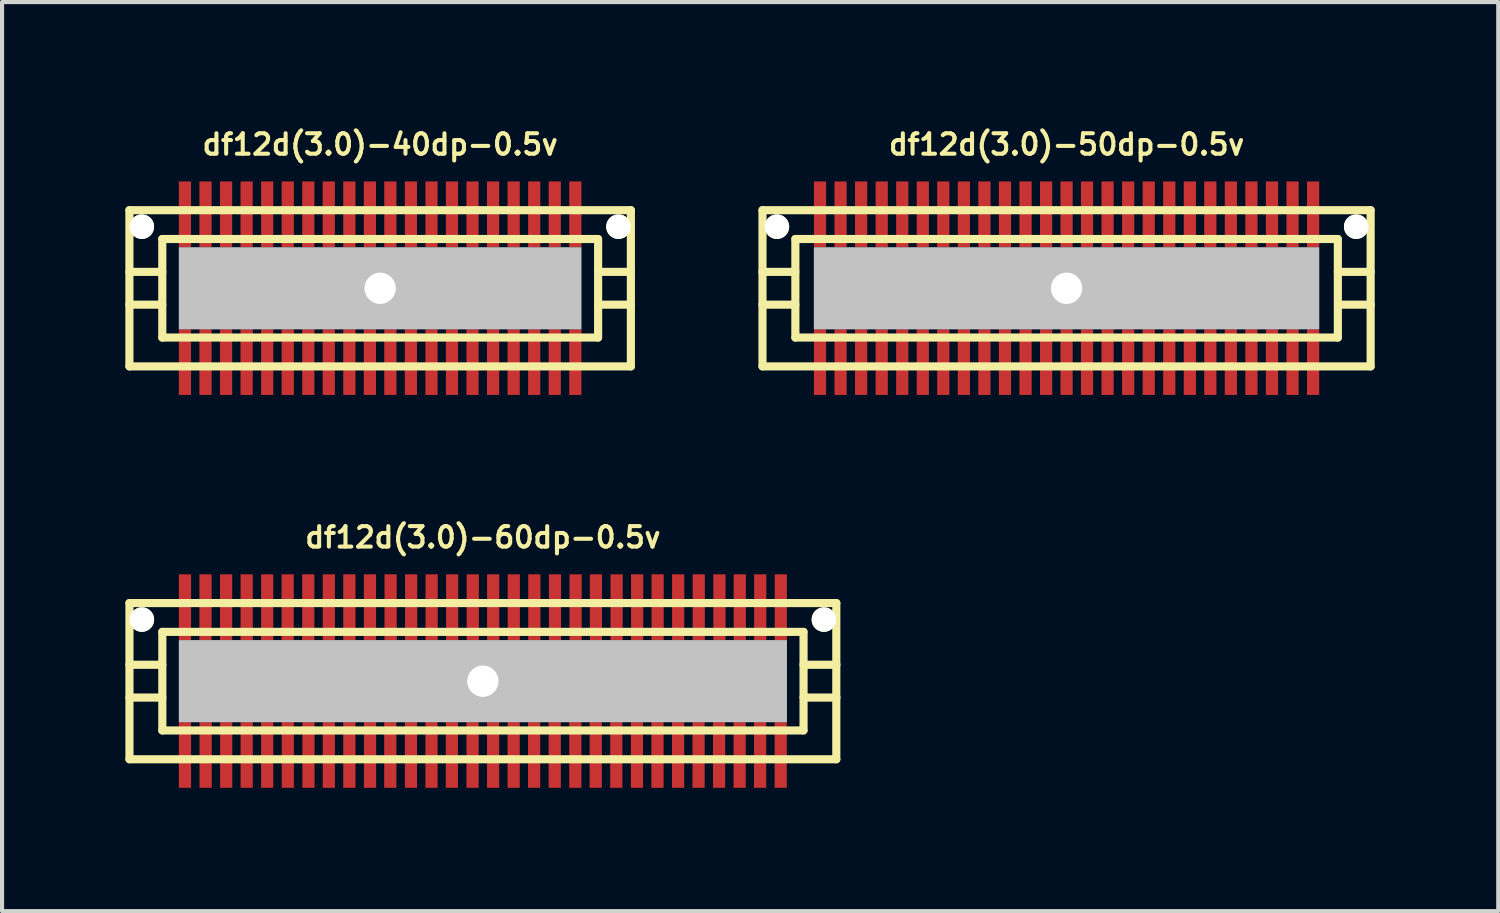
<source format=kicad_pcb>
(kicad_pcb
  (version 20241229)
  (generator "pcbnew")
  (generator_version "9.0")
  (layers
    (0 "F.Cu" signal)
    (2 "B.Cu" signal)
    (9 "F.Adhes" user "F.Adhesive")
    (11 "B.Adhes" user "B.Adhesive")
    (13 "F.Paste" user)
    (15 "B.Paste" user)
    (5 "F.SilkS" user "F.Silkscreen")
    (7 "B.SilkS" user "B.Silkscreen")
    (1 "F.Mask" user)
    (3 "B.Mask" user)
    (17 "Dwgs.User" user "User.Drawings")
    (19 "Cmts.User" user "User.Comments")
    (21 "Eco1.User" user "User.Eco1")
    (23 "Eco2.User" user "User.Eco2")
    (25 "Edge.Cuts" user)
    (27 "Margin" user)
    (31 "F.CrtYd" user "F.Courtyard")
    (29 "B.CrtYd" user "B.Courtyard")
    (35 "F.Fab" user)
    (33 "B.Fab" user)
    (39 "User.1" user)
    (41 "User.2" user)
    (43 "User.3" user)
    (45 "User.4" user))
  (footprint "df12d(3.0)-50dp-0.5v"
    (layer "F.Cu")
    (at 22.903 3.965)
    (property "Reference" "df12d(3.0)-50dp-0.5v" (at 0 -3.5 0) (layer "F.SilkS") (effects (font (size 0.498 0.498) (thickness 0.099))))
    (attr through_hole)
    (fp_line (start -7.399 -1.9) (end -7.399 1.9) (stroke (width 0.198) (type solid)) (layer "F.SilkS"))
    (fp_line (start -7.399 1.9) (end 7.399 1.9) (stroke (width 0.198) (type solid)) (layer "F.SilkS"))
    (fp_line (start -6.601 -0.399) (end -7.402 -0.399) (stroke (width 0.198) (type solid)) (layer "F.SilkS"))
    (fp_line (start -6.601 0.399) (end -7.402 0.399) (stroke (width 0.198) (type solid)) (layer "F.SilkS"))
    (fp_line (start -6.599 -1.199) (end 6.599 -1.199) (stroke (width 0.198) (type solid)) (layer "F.SilkS"))
    (fp_line (start -6.599 1.199) (end -6.599 -1.199) (stroke (width 0.198) (type solid)) (layer "F.SilkS"))
    (fp_line (start 6.599 1.199) (end -6.599 1.199) (stroke (width 0.198) (type solid)) (layer "F.SilkS"))
    (fp_line (start 6.601 -1.199) (end 6.601 1.199) (stroke (width 0.198) (type solid)) (layer "F.SilkS"))
    (fp_line (start 6.601 -0.399) (end 7.402 -0.399) (stroke (width 0.198) (type solid)) (layer "F.SilkS"))
    (fp_line (start 7.399 -1.9) (end -7.399 -1.9) (stroke (width 0.198) (type solid)) (layer "F.SilkS"))
    (fp_line (start 7.399 1.9) (end 7.399 -1.9) (stroke (width 0.198) (type solid)) (layer "F.SilkS"))
    (fp_line (start 7.404 0.399) (end 6.604 0.399) (stroke (width 0.198) (type solid)) (layer "F.SilkS"))
    (pad "" np_thru_hole circle (at -7.048 -1.499) (size 0.597 0.597) (drill 0.597) (layers "*.Cu" "*.Mask" "F.SilkS"))
    (pad "" np_thru_hole rect (at 0 0) (size 12.299 1.999) (drill 0.762) (layers "Dwgs.User"))
    (pad "" np_thru_hole circle (at 7.048 -1.499) (size 0.597 0.597) (drill 0.597) (layers "*.Cu" "*.Mask" "F.SilkS"))
    (pad "1" smd rect (at 5.999 1.796) (size 0.297 1.598) (layers "F.Cu" "F.Mask" "F.Paste"))
    (pad "2" smd rect (at 5.499 1.796) (size 0.297 1.598) (layers "F.Cu" "F.Mask" "F.Paste"))
    (pad "3" smd rect (at 4.999 1.796) (size 0.297 1.598) (layers "F.Cu" "F.Mask" "F.Paste"))
    (pad "4" smd rect (at 4.498 1.796) (size 0.297 1.598) (layers "F.Cu" "F.Mask" "F.Paste"))
    (pad "5" smd rect (at 3.998 1.796) (size 0.297 1.598) (layers "F.Cu" "F.Mask" "F.Paste"))
    (pad "6" smd rect (at 3.498 1.796) (size 0.297 1.598) (layers "F.Cu" "F.Mask" "F.Paste"))
    (pad "7" smd rect (at 3 1.796) (size 0.297 1.598) (layers "F.Cu" "F.Mask" "F.Paste"))
    (pad "8" smd rect (at 2.499 1.796) (size 0.297 1.598) (layers "F.Cu" "F.Mask" "F.Paste"))
    (pad "9" smd rect (at 1.999 1.796) (size 0.297 1.598) (layers "F.Cu" "F.Mask" "F.Paste"))
    (pad "10" smd rect (at 1.499 1.796) (size 0.297 1.598) (layers "F.Cu" "F.Mask" "F.Paste"))
    (pad "11" smd rect (at 0.998 1.796) (size 0.297 1.598) (layers "F.Cu" "F.Mask" "F.Paste"))
    (pad "12" smd rect (at 0.498 1.796) (size 0.297 1.598) (layers "F.Cu" "F.Mask" "F.Paste"))
    (pad "13" smd rect (at 0 1.796) (size 0.297 1.598) (layers "F.Cu" "F.Mask" "F.Paste"))
    (pad "14" smd rect (at -0.498 1.796) (size 0.297 1.598) (layers "F.Cu" "F.Mask" "F.Paste"))
    (pad "15" smd rect (at -0.998 1.796) (size 0.297 1.598) (layers "F.Cu" "F.Mask" "F.Paste"))
    (pad "16" smd rect (at -1.499 1.796) (size 0.297 1.598) (layers "F.Cu" "F.Mask" "F.Paste"))
    (pad "17" smd rect (at -1.999 1.796) (size 0.297 1.598) (layers "F.Cu" "F.Mask" "F.Paste"))
    (pad "18" smd rect (at -2.499 1.796) (size 0.297 1.598) (layers "F.Cu" "F.Mask" "F.Paste"))
    (pad "19" smd rect (at -3 1.796) (size 0.297 1.598) (layers "F.Cu" "F.Mask" "F.Paste"))
    (pad "20" smd rect (at -3.498 1.796) (size 0.297 1.598) (layers "F.Cu" "F.Mask" "F.Paste"))
    (pad "21" smd rect (at -3.998 1.796) (size 0.297 1.598) (layers "F.Cu" "F.Mask" "F.Paste"))
    (pad "22" smd rect (at -4.498 1.796) (size 0.297 1.598) (layers "F.Cu" "F.Mask" "F.Paste"))
    (pad "23" smd rect (at -4.999 1.796) (size 0.297 1.598) (layers "F.Cu" "F.Mask" "F.Paste"))
    (pad "24" smd rect (at -5.499 1.796) (size 0.297 1.598) (layers "F.Cu" "F.Mask" "F.Paste"))
    (pad "25" smd rect (at -5.999 1.796) (size 0.297 1.598) (layers "F.Cu" "F.Mask" "F.Paste"))
    (pad "26" smd rect (at -5.999 -1.801) (size 0.297 1.598) (layers "F.Cu" "F.Mask" "F.Paste"))
    (pad "27" smd rect (at -5.499 -1.801) (size 0.297 1.598) (layers "F.Cu" "F.Mask" "F.Paste"))
    (pad "28" smd rect (at -4.999 -1.801) (size 0.297 1.598) (layers "F.Cu" "F.Mask" "F.Paste"))
    (pad "29" smd rect (at -4.498 -1.801) (size 0.297 1.598) (layers "F.Cu" "F.Mask" "F.Paste"))
    (pad "30" smd rect (at -3.998 -1.801) (size 0.297 1.598) (layers "F.Cu" "F.Mask" "F.Paste"))
    (pad "31" smd rect (at -3.498 -1.801) (size 0.297 1.598) (layers "F.Cu" "F.Mask" "F.Paste"))
    (pad "32" smd rect (at -3 -1.801) (size 0.297 1.598) (layers "F.Cu" "F.Mask" "F.Paste"))
    (pad "33" smd rect (at -2.499 -1.801) (size 0.297 1.598) (layers "F.Cu" "F.Mask" "F.Paste"))
    (pad "34" smd rect (at -1.999 -1.801) (size 0.297 1.598) (layers "F.Cu" "F.Mask" "F.Paste"))
    (pad "35" smd rect (at -1.499 -1.801) (size 0.297 1.598) (layers "F.Cu" "F.Mask" "F.Paste"))
    (pad "36" smd rect (at -0.998 -1.801) (size 0.297 1.598) (layers "F.Cu" "F.Mask" "F.Paste"))
    (pad "37" smd rect (at -0.498 -1.801) (size 0.297 1.598) (layers "F.Cu" "F.Mask" "F.Paste"))
    (pad "38" smd rect (at 0 -1.801) (size 0.297 1.598) (layers "F.Cu" "F.Mask" "F.Paste"))
    (pad "39" smd rect (at 0.498 -1.801) (size 0.297 1.598) (layers "F.Cu" "F.Mask" "F.Paste"))
    (pad "40" smd rect (at 0.998 -1.801) (size 0.297 1.598) (layers "F.Cu" "F.Mask" "F.Paste"))
    (pad "41" smd rect (at 1.499 -1.801) (size 0.297 1.598) (layers "F.Cu" "F.Mask" "F.Paste"))
    (pad "42" smd rect (at 1.999 -1.801) (size 0.297 1.598) (layers "F.Cu" "F.Mask" "F.Paste"))
    (pad "43" smd rect (at 2.499 -1.801) (size 0.297 1.598) (layers "F.Cu" "F.Mask" "F.Paste"))
    (pad "44" smd rect (at 3 -1.801) (size 0.297 1.598) (layers "F.Cu" "F.Mask" "F.Paste"))
    (pad "45" smd rect (at 3.498 -1.801) (size 0.297 1.598) (layers "F.Cu" "F.Mask" "F.Paste"))
    (pad "46" smd rect (at 3.998 -1.801) (size 0.297 1.598) (layers "F.Cu" "F.Mask" "F.Paste"))
    (pad "47" smd rect (at 4.498 -1.801) (size 0.297 1.598) (layers "F.Cu" "F.Mask" "F.Paste"))
    (pad "48" smd rect (at 4.999 -1.801) (size 0.297 1.598) (layers "F.Cu" "F.Mask" "F.Paste"))
    (pad "49" smd rect (at 5.499 -1.801) (size 0.297 1.598) (layers "F.Cu" "F.Mask" "F.Paste"))
    (pad "50" smd rect (at 5.999 -1.801) (size 0.297 1.598) (layers "F.Cu" "F.Mask" "F.Paste")))
  (footprint "df12d(3.0)-60dp-0.5v"
    (layer "F.Cu")
    (at 8.7 13.525)
    (property "Reference" "df12d(3.0)-60dp-0.5v" (at 0 -3.5 0) (layer "F.SilkS") (effects (font (size 0.498 0.498) (thickness 0.099))))
    (attr through_hole)
    (fp_line (start -8.6 -1.9) (end -8.6 1.9) (stroke (width 0.198) (type solid)) (layer "F.SilkS"))
    (fp_line (start -8.6 1.9) (end 8.6 1.9) (stroke (width 0.198) (type solid)) (layer "F.SilkS"))
    (fp_line (start -7.8 -1.199) (end 7.8 -1.199) (stroke (width 0.198) (type solid)) (layer "F.SilkS"))
    (fp_line (start -7.8 -0.399) (end -8.6 -0.399) (stroke (width 0.198) (type solid)) (layer "F.SilkS"))
    (fp_line (start -7.8 0.399) (end -8.6 0.399) (stroke (width 0.198) (type solid)) (layer "F.SilkS"))
    (fp_line (start -7.8 1.199) (end -7.8 -1.199) (stroke (width 0.198) (type solid)) (layer "F.SilkS"))
    (fp_line (start 7.8 1.199) (end -7.8 1.199) (stroke (width 0.198) (type solid)) (layer "F.SilkS"))
    (fp_line (start 7.803 -1.199) (end 7.803 1.199) (stroke (width 0.198) (type solid)) (layer "F.SilkS"))
    (fp_line (start 7.803 -0.399) (end 8.603 -0.399) (stroke (width 0.198) (type solid)) (layer "F.SilkS"))
    (fp_line (start 8.6 -1.9) (end -8.6 -1.9) (stroke (width 0.198) (type solid)) (layer "F.SilkS"))
    (fp_line (start 8.6 1.9) (end 8.6 -1.9) (stroke (width 0.198) (type solid)) (layer "F.SilkS"))
    (fp_line (start 8.603 0.399) (end 7.803 0.399) (stroke (width 0.198) (type solid)) (layer "F.SilkS"))
    (pad "" np_thru_hole circle (at -8.298 -1.499) (size 0.597 0.597) (drill 0.597) (layers "*.Cu" "*.Mask" "F.SilkS"))
    (pad "" np_thru_hole rect (at 0 0) (size 14.798 1.999) (drill 0.762) (layers "Dwgs.User"))
    (pad "" np_thru_hole circle (at 8.298 -1.499) (size 0.597 0.597) (drill 0.597) (layers "*.Cu" "*.Mask" "F.SilkS"))
    (pad "1" smd rect (at 7.247 1.796) (size 0.297 1.598) (layers "F.Cu" "F.Mask" "F.Paste"))
    (pad "2" smd rect (at 6.746 1.796) (size 0.297 1.598) (layers "F.Cu" "F.Mask" "F.Paste"))
    (pad "3" smd rect (at 6.248 1.796) (size 0.297 1.598) (layers "F.Cu" "F.Mask" "F.Paste"))
    (pad "4" smd rect (at 5.748 1.796) (size 0.297 1.598) (layers "F.Cu" "F.Mask" "F.Paste"))
    (pad "5" smd rect (at 5.248 1.796) (size 0.297 1.598) (layers "F.Cu" "F.Mask" "F.Paste"))
    (pad "6" smd rect (at 4.75 1.796) (size 0.297 1.598) (layers "F.Cu" "F.Mask" "F.Paste"))
    (pad "7" smd rect (at 4.249 1.796) (size 0.297 1.598) (layers "F.Cu" "F.Mask" "F.Paste"))
    (pad "8" smd rect (at 3.749 1.796) (size 0.297 1.598) (layers "F.Cu" "F.Mask" "F.Paste"))
    (pad "9" smd rect (at 3.246 1.796) (size 0.297 1.598) (layers "F.Cu" "F.Mask" "F.Paste"))
    (pad "10" smd rect (at 2.746 1.796) (size 0.297 1.598) (layers "F.Cu" "F.Mask" "F.Paste"))
    (pad "11" smd rect (at 2.25 1.796) (size 0.297 1.598) (layers "F.Cu" "F.Mask" "F.Paste"))
    (pad "12" smd rect (at 1.748 1.796) (size 0.297 1.598) (layers "F.Cu" "F.Mask" "F.Paste"))
    (pad "13" smd rect (at 1.247 1.796) (size 0.297 1.598) (layers "F.Cu" "F.Mask" "F.Paste"))
    (pad "14" smd rect (at 0.749 1.796) (size 0.297 1.598) (layers "F.Cu" "F.Mask" "F.Paste"))
    (pad "15" smd rect (at 0.249 1.796) (size 0.297 1.598) (layers "F.Cu" "F.Mask" "F.Paste"))
    (pad "16" smd rect (at -0.251 1.796) (size 0.297 1.598) (layers "F.Cu" "F.Mask" "F.Paste"))
    (pad "17" smd rect (at -0.754 1.796) (size 0.297 1.598) (layers "F.Cu" "F.Mask" "F.Paste"))
    (pad "18" smd rect (at -1.25 1.796) (size 0.297 1.598) (layers "F.Cu" "F.Mask" "F.Paste"))
    (pad "19" smd rect (at -1.75 1.796) (size 0.297 1.598) (layers "F.Cu" "F.Mask" "F.Paste"))
    (pad "20" smd rect (at -2.253 1.796) (size 0.297 1.598) (layers "F.Cu" "F.Mask" "F.Paste"))
    (pad "21" smd rect (at -2.746 1.796) (size 0.297 1.598) (layers "F.Cu" "F.Mask" "F.Paste"))
    (pad "22" smd rect (at -3.249 1.796) (size 0.297 1.598) (layers "F.Cu" "F.Mask" "F.Paste"))
    (pad "23" smd rect (at -3.749 1.796) (size 0.297 1.598) (layers "F.Cu" "F.Mask" "F.Paste"))
    (pad "24" smd rect (at -4.244 1.796) (size 0.297 1.598) (layers "F.Cu" "F.Mask" "F.Paste"))
    (pad "25" smd rect (at -4.747 1.796) (size 0.297 1.598) (layers "F.Cu" "F.Mask" "F.Paste"))
    (pad "26" smd rect (at -5.248 1.796) (size 0.297 1.598) (layers "F.Cu" "F.Mask" "F.Paste"))
    (pad "27" smd rect (at -5.748 1.796) (size 0.297 1.598) (layers "F.Cu" "F.Mask" "F.Paste"))
    (pad "28" smd rect (at -6.246 1.796) (size 0.297 1.598) (layers "F.Cu" "F.Mask" "F.Paste"))
    (pad "29" smd rect (at -6.746 1.796) (size 0.297 1.598) (layers "F.Cu" "F.Mask" "F.Paste"))
    (pad "30" smd rect (at -7.249 1.796) (size 0.297 1.598) (layers "F.Cu" "F.Mask" "F.Paste"))
    (pad "31" smd rect (at -7.249 -1.801) (size 0.297 1.598) (layers "F.Cu" "F.Mask" "F.Paste"))
    (pad "32" smd rect (at -6.749 -1.801) (size 0.297 1.598) (layers "F.Cu" "F.Mask" "F.Paste"))
    (pad "33" smd rect (at -6.248 -1.801) (size 0.297 1.598) (layers "F.Cu" "F.Mask" "F.Paste"))
    (pad "34" smd rect (at -5.748 -1.801) (size 0.297 1.598) (layers "F.Cu" "F.Mask" "F.Paste"))
    (pad "35" smd rect (at -5.248 -1.801) (size 0.297 1.598) (layers "F.Cu" "F.Mask" "F.Paste"))
    (pad "36" smd rect (at -4.75 -1.801) (size 0.297 1.598) (layers "F.Cu" "F.Mask" "F.Paste"))
    (pad "37" smd rect (at -4.249 -1.801) (size 0.297 1.598) (layers "F.Cu" "F.Mask" "F.Paste"))
    (pad "38" smd rect (at -3.749 -1.801) (size 0.297 1.598) (layers "F.Cu" "F.Mask" "F.Paste"))
    (pad "39" smd rect (at -3.249 -1.801) (size 0.297 1.598) (layers "F.Cu" "F.Mask" "F.Paste"))
    (pad "40" smd rect (at -2.748 -1.801) (size 0.297 1.598) (layers "F.Cu" "F.Mask" "F.Paste"))
    (pad "41" smd rect (at -2.245 -1.801) (size 0.297 1.598) (layers "F.Cu" "F.Mask" "F.Paste"))
    (pad "42" smd rect (at -1.745 -1.801) (size 0.297 1.598) (layers "F.Cu" "F.Mask" "F.Paste"))
    (pad "43" smd rect (at -1.247 -1.801) (size 0.297 1.598) (layers "F.Cu" "F.Mask" "F.Paste"))
    (pad "44" smd rect (at -0.747 -1.801) (size 0.297 1.598) (layers "F.Cu" "F.Mask" "F.Paste"))
    (pad "45" smd rect (at -0.246 -1.801) (size 0.297 1.598) (layers "F.Cu" "F.Mask" "F.Paste"))
    (pad "46" smd rect (at 0.251 -1.801) (size 0.297 1.598) (layers "F.Cu" "F.Mask" "F.Paste"))
    (pad "47" smd rect (at 0.752 -1.801) (size 0.297 1.598) (layers "F.Cu" "F.Mask" "F.Paste"))
    (pad "48" smd rect (at 1.252 -1.801) (size 0.297 1.598) (layers "F.Cu" "F.Mask" "F.Paste"))
    (pad "49" smd rect (at 1.755 -1.801) (size 0.297 1.598) (layers "F.Cu" "F.Mask" "F.Paste"))
    (pad "50" smd rect (at 2.256 -1.801) (size 0.297 1.598) (layers "F.Cu" "F.Mask" "F.Paste"))
    (pad "51" smd rect (at 2.751 -1.801) (size 0.297 1.598) (layers "F.Cu" "F.Mask" "F.Paste"))
    (pad "52" smd rect (at 3.254 -1.801) (size 0.297 1.598) (layers "F.Cu" "F.Mask" "F.Paste"))
    (pad "53" smd rect (at 3.754 -1.801) (size 0.297 1.598) (layers "F.Cu" "F.Mask" "F.Paste"))
    (pad "54" smd rect (at 4.252 -1.801) (size 0.297 1.598) (layers "F.Cu" "F.Mask" "F.Paste"))
    (pad "55" smd rect (at 4.752 -1.801) (size 0.297 1.598) (layers "F.Cu" "F.Mask" "F.Paste"))
    (pad "56" smd rect (at 5.253 -1.801) (size 0.297 1.598) (layers "F.Cu" "F.Mask" "F.Paste"))
    (pad "57" smd rect (at 5.756 -1.801) (size 0.297 1.598) (layers "F.Cu" "F.Mask" "F.Paste"))
    (pad "58" smd rect (at 6.251 -1.801) (size 0.297 1.598) (layers "F.Cu" "F.Mask" "F.Paste"))
    (pad "59" smd rect (at 6.749 -1.801) (size 0.297 1.598) (layers "F.Cu" "F.Mask" "F.Paste"))
    (pad "60" smd rect (at 7.249 -1.801) (size 0.297 1.598) (layers "F.Cu" "F.Mask" "F.Paste")))
  (footprint "df12d(3.0)-40dp-0.5v"
    (layer "F.Cu")
    (at 6.2 3.965)
    (property "Reference" "df12d(3.0)-40dp-0.5v" (at 0 -3.5 0) (layer "F.SilkS") (effects (font (size 0.498 0.498) (thickness 0.099))))
    (attr through_hole)
    (fp_line (start -6.101 -1.9) (end -6.101 1.9) (stroke (width 0.198) (type solid)) (layer "F.SilkS"))
    (fp_line (start -6.101 1.9) (end 6.101 1.9) (stroke (width 0.198) (type solid)) (layer "F.SilkS"))
    (fp_line (start -5.301 -1.199) (end 5.301 -1.199) (stroke (width 0.198) (type solid)) (layer "F.SilkS"))
    (fp_line (start -5.301 -0.399) (end -6.101 -0.399) (stroke (width 0.198) (type solid)) (layer "F.SilkS"))
    (fp_line (start -5.301 0.399) (end -6.101 0.399) (stroke (width 0.198) (type solid)) (layer "F.SilkS"))
    (fp_line (start -5.301 1.199) (end -5.301 -1.199) (stroke (width 0.198) (type solid)) (layer "F.SilkS"))
    (fp_line (start 5.301 1.199) (end -5.301 1.199) (stroke (width 0.198) (type solid)) (layer "F.SilkS"))
    (fp_line (start 5.304 -1.199) (end 5.304 1.199) (stroke (width 0.198) (type solid)) (layer "F.SilkS"))
    (fp_line (start 5.304 -0.399) (end 6.104 -0.399) (stroke (width 0.198) (type solid)) (layer "F.SilkS"))
    (fp_line (start 6.101 -1.9) (end -6.101 -1.9) (stroke (width 0.198) (type solid)) (layer "F.SilkS"))
    (fp_line (start 6.101 1.9) (end 6.101 -1.9) (stroke (width 0.198) (type solid)) (layer "F.SilkS"))
    (fp_line (start 6.104 0.399) (end 5.304 0.399) (stroke (width 0.198) (type solid)) (layer "F.SilkS"))
    (pad "" np_thru_hole circle (at -5.799 -1.499) (size 0.597 0.597) (drill 0.597) (layers "*.Cu" "*.Mask" "F.SilkS"))
    (pad "" np_thru_hole rect (at 0 0) (size 9.799 1.999) (drill 0.762) (layers "Dwgs.User"))
    (pad "" np_thru_hole circle (at 5.799 -1.499) (size 0.597 0.597) (drill 0.597) (layers "*.Cu" "*.Mask" "F.SilkS"))
    (pad "1" smd rect (at 4.75 1.796) (size 0.297 1.598) (layers "F.Cu" "F.Mask" "F.Paste"))
    (pad "2" smd rect (at 4.249 1.796) (size 0.297 1.598) (layers "F.Cu" "F.Mask" "F.Paste"))
    (pad "3" smd rect (at 3.749 1.796) (size 0.297 1.598) (layers "F.Cu" "F.Mask" "F.Paste"))
    (pad "4" smd rect (at 3.249 1.796) (size 0.297 1.598) (layers "F.Cu" "F.Mask" "F.Paste"))
    (pad "5" smd rect (at 2.748 1.796) (size 0.297 1.598) (layers "F.Cu" "F.Mask" "F.Paste"))
    (pad "6" smd rect (at 2.248 1.796) (size 0.297 1.598) (layers "F.Cu" "F.Mask" "F.Paste"))
    (pad "7" smd rect (at 1.748 1.796) (size 0.297 1.598) (layers "F.Cu" "F.Mask" "F.Paste"))
    (pad "8" smd rect (at 1.25 1.796) (size 0.297 1.598) (layers "F.Cu" "F.Mask" "F.Paste"))
    (pad "9" smd rect (at 0.749 1.796) (size 0.297 1.598) (layers "F.Cu" "F.Mask" "F.Paste"))
    (pad "10" smd rect (at 0.249 1.796) (size 0.297 1.598) (layers "F.Cu" "F.Mask" "F.Paste"))
    (pad "11" smd rect (at -0.249 1.796) (size 0.297 1.598) (layers "F.Cu" "F.Mask" "F.Paste"))
    (pad "12" smd rect (at -0.749 1.796) (size 0.297 1.598) (layers "F.Cu" "F.Mask" "F.Paste"))
    (pad "13" smd rect (at -1.25 1.796) (size 0.297 1.598) (layers "F.Cu" "F.Mask" "F.Paste"))
    (pad "14" smd rect (at -1.748 1.796) (size 0.297 1.598) (layers "F.Cu" "F.Mask" "F.Paste"))
    (pad "15" smd rect (at -2.248 1.796) (size 0.297 1.598) (layers "F.Cu" "F.Mask" "F.Paste"))
    (pad "16" smd rect (at -2.748 1.796) (size 0.297 1.598) (layers "F.Cu" "F.Mask" "F.Paste"))
    (pad "17" smd rect (at -3.249 1.796) (size 0.297 1.598) (layers "F.Cu" "F.Mask" "F.Paste"))
    (pad "18" smd rect (at -3.749 1.796) (size 0.297 1.598) (layers "F.Cu" "F.Mask" "F.Paste"))
    (pad "19" smd rect (at -4.249 1.796) (size 0.297 1.598) (layers "F.Cu" "F.Mask" "F.Paste"))
    (pad "20" smd rect (at -4.75 1.796) (size 0.297 1.598) (layers "F.Cu" "F.Mask" "F.Paste"))
    (pad "21" smd rect (at -4.75 -1.801) (size 0.297 1.598) (layers "F.Cu" "F.Mask" "F.Paste"))
    (pad "22" smd rect (at -4.249 -1.801) (size 0.297 1.598) (layers "F.Cu" "F.Mask" "F.Paste"))
    (pad "23" smd rect (at -3.749 -1.801) (size 0.297 1.598) (layers "F.Cu" "F.Mask" "F.Paste"))
    (pad "24" smd rect (at -3.249 -1.801) (size 0.297 1.598) (layers "F.Cu" "F.Mask" "F.Paste"))
    (pad "25" smd rect (at -2.748 -1.801) (size 0.297 1.598) (layers "F.Cu" "F.Mask" "F.Paste"))
    (pad "26" smd rect (at -2.248 -1.801) (size 0.297 1.598) (layers "F.Cu" "F.Mask" "F.Paste"))
    (pad "27" smd rect (at -1.748 -1.801) (size 0.297 1.598) (layers "F.Cu" "F.Mask" "F.Paste"))
    (pad "28" smd rect (at -1.25 -1.801) (size 0.297 1.598) (layers "F.Cu" "F.Mask" "F.Paste"))
    (pad "29" smd rect (at -0.749 -1.801) (size 0.297 1.598) (layers "F.Cu" "F.Mask" "F.Paste"))
    (pad "30" smd rect (at -0.249 -1.801) (size 0.297 1.598) (layers "F.Cu" "F.Mask" "F.Paste"))
    (pad "31" smd rect (at 0.249 -1.801) (size 0.297 1.598) (layers "F.Cu" "F.Mask" "F.Paste"))
    (pad "32" smd rect (at 0.749 -1.801) (size 0.297 1.598) (layers "F.Cu" "F.Mask" "F.Paste"))
    (pad "33" smd rect (at 1.25 -1.801) (size 0.297 1.598) (layers "F.Cu" "F.Mask" "F.Paste"))
    (pad "34" smd rect (at 1.748 -1.801) (size 0.297 1.598) (layers "F.Cu" "F.Mask" "F.Paste"))
    (pad "35" smd rect (at 2.248 -1.801) (size 0.297 1.598) (layers "F.Cu" "F.Mask" "F.Paste"))
    (pad "36" smd rect (at 2.748 -1.801) (size 0.297 1.598) (layers "F.Cu" "F.Mask" "F.Paste"))
    (pad "37" smd rect (at 3.249 -1.801) (size 0.297 1.598) (layers "F.Cu" "F.Mask" "F.Paste"))
    (pad "38" smd rect (at 3.749 -1.801) (size 0.297 1.598) (layers "F.Cu" "F.Mask" "F.Paste"))
    (pad "39" smd rect (at 4.249 -1.801) (size 0.297 1.598) (layers "F.Cu" "F.Mask" "F.Paste"))
    (pad "40" smd rect (at 4.75 -1.801) (size 0.297 1.598) (layers "F.Cu" "F.Mask" "F.Paste")))
  (gr_rect
    (start -3 -3)
    (end 33.407 19.12)
    (stroke (width 0.1) (type default))
    (fill no)
    (layer "Edge.Cuts")))
</source>
